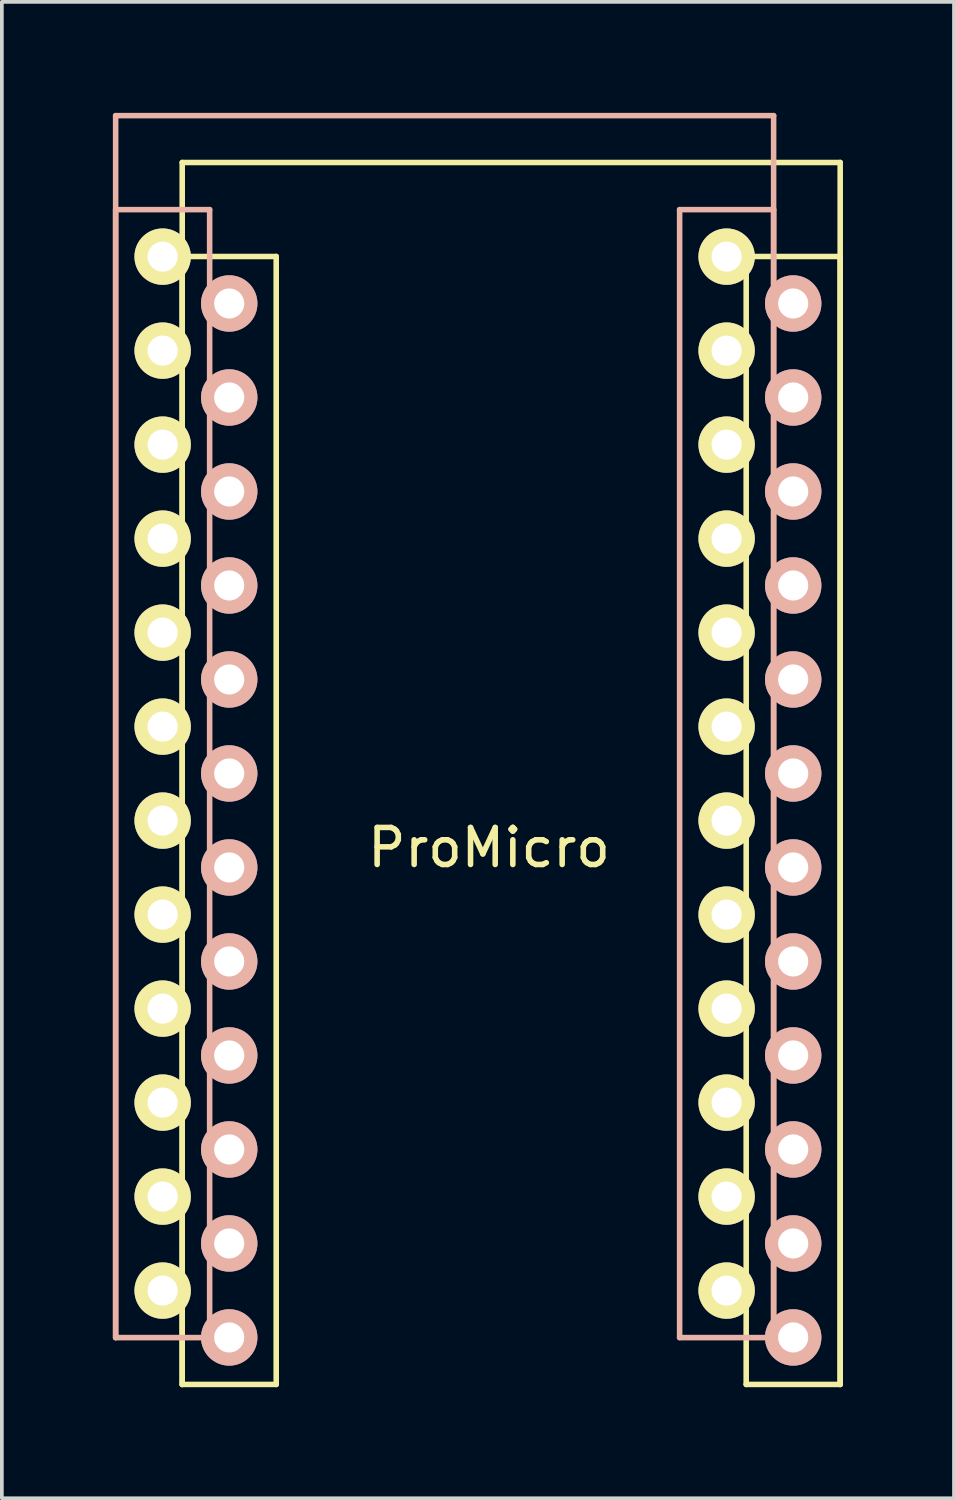
<source format=kicad_pcb>
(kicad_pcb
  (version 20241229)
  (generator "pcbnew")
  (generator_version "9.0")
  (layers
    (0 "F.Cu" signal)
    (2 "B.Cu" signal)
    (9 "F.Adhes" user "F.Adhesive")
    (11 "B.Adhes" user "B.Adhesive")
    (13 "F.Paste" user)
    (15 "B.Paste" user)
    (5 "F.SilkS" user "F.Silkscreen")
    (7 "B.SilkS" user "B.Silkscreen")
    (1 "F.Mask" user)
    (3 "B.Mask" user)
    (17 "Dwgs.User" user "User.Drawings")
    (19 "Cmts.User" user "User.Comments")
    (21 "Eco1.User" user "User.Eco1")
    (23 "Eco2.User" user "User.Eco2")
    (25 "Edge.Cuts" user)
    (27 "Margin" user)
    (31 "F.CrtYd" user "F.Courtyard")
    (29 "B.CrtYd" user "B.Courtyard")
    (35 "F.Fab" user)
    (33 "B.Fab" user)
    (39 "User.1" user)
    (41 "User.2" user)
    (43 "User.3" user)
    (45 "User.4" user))
  (footprint "ProMicro"
    (layer "F.Cu")
    (at 10.165 18.655)
    (property "Reference" "ProMicro" (at 0 1.2 0) (layer "F.SilkS") (effects (font (size 1 1) (thickness 0.15))))
    (attr through_hole)
    (fp_line (start -8.291 -17.314) (end -8.291 15.706) (stroke (width 0.15) (type solid)) (layer "F.SilkS"))
    (fp_line (start -8.291 -14.774) (end -8.291 15.706) (stroke (width 0.15) (type solid)) (layer "F.SilkS"))
    (fp_line (start -8.291 15.706) (end -5.751 15.706) (stroke (width 0.15) (type solid)) (layer "F.SilkS"))
    (fp_line (start -5.751 -14.774) (end -8.291 -14.774) (stroke (width 0.15) (type solid)) (layer "F.SilkS"))
    (fp_line (start -5.751 15.706) (end -5.751 -14.774) (stroke (width 0.15) (type solid)) (layer "F.SilkS"))
    (fp_line (start 6.949 -14.774) (end 6.949 15.706) (stroke (width 0.15) (type solid)) (layer "F.SilkS"))
    (fp_line (start 6.949 15.706) (end 9.489 15.706) (stroke (width 0.15) (type solid)) (layer "F.SilkS"))
    (fp_line (start 9.489 -17.314) (end -8.291 -17.314) (stroke (width 0.15) (type solid)) (layer "F.SilkS"))
    (fp_line (start 9.489 -14.774) (end 6.949 -14.774) (stroke (width 0.15) (type solid)) (layer "F.SilkS"))
    (fp_line (start 9.489 15.706) (end 9.489 -17.314) (stroke (width 0.15) (type solid)) (layer "F.SilkS"))
    (fp_line (start 9.489 15.706) (end 9.489 -14.774) (stroke (width 0.15) (type solid)) (layer "F.SilkS"))
    (fp_line (start -10.09 -18.58) (end 7.69 -18.58) (stroke (width 0.15) (type solid)) (layer "B.SilkS"))
    (fp_line (start -10.09 -16.04) (end -7.55 -16.04) (stroke (width 0.15) (type solid)) (layer "B.SilkS"))
    (fp_line (start -10.09 14.44) (end -10.09 -18.58) (stroke (width 0.15) (type solid)) (layer "B.SilkS"))
    (fp_line (start -10.09 14.44) (end -10.09 -16.04) (stroke (width 0.15) (type solid)) (layer "B.SilkS"))
    (fp_line (start -7.55 -16.04) (end -7.55 14.44) (stroke (width 0.15) (type solid)) (layer "B.SilkS"))
    (fp_line (start -7.55 14.44) (end -10.09 14.44) (stroke (width 0.15) (type solid)) (layer "B.SilkS"))
    (fp_line (start 5.15 -16.04) (end 7.69 -16.04) (stroke (width 0.15) (type solid)) (layer "B.SilkS"))
    (fp_line (start 5.15 14.44) (end 5.15 -16.04) (stroke (width 0.15) (type solid)) (layer "B.SilkS"))
    (fp_line (start 7.69 -18.58) (end 7.69 14.44) (stroke (width 0.15) (type solid)) (layer "B.SilkS"))
    (fp_line (start 7.69 -16.04) (end 7.69 14.44) (stroke (width 0.15) (type solid)) (layer "B.SilkS"))
    (fp_line (start 7.69 14.44) (end 5.15 14.44) (stroke (width 0.15) (type solid)) (layer "B.SilkS"))
    (pad "1" thru_hole circle (at -8.82 -14.77) (size 1.524 1.524) (drill 0.813) (layers "*.Cu" "*.Mask" "F.SilkS"))
    (pad "1" thru_hole circle (at 8.219 -13.504 180) (size 1.524 1.524) (drill 0.813) (layers "*.Cu" "*.Mask" "B.SilkS"))
    (pad "2" thru_hole circle (at -8.82 -12.23) (size 1.524 1.524) (drill 0.813) (layers "*.Cu" "*.Mask" "F.SilkS"))
    (pad "2" thru_hole circle (at 8.219 -10.964 180) (size 1.524 1.524) (drill 0.813) (layers "*.Cu" "*.Mask" "B.SilkS"))
    (pad "3" thru_hole circle (at -8.82 -9.69) (size 1.524 1.524) (drill 0.813) (layers "*.Cu" "*.Mask" "F.SilkS"))
    (pad "3" thru_hole circle (at 8.219 -8.424 180) (size 1.524 1.524) (drill 0.813) (layers "*.Cu" "*.Mask" "B.SilkS"))
    (pad "4" thru_hole circle (at -8.82 -7.15) (size 1.524 1.524) (drill 0.813) (layers "*.Cu" "*.Mask" "F.SilkS"))
    (pad "4" thru_hole circle (at 8.219 -5.884 180) (size 1.524 1.524) (drill 0.813) (layers "*.Cu" "*.Mask" "B.SilkS"))
    (pad "5" thru_hole circle (at -8.82 -4.61) (size 1.524 1.524) (drill 0.813) (layers "*.Cu" "*.Mask" "F.SilkS"))
    (pad "5" thru_hole circle (at 8.219 -3.344 180) (size 1.524 1.524) (drill 0.813) (layers "*.Cu" "*.Mask" "B.SilkS"))
    (pad "6" thru_hole circle (at -8.82 -2.07) (size 1.524 1.524) (drill 0.813) (layers "*.Cu" "*.Mask" "F.SilkS"))
    (pad "6" thru_hole circle (at 8.219 -0.804 180) (size 1.524 1.524) (drill 0.813) (layers "*.Cu" "*.Mask" "B.SilkS"))
    (pad "7" thru_hole circle (at -8.82 0.47) (size 1.524 1.524) (drill 0.813) (layers "*.Cu" "*.Mask" "F.SilkS"))
    (pad "7" thru_hole circle (at 8.219 1.736 180) (size 1.524 1.524) (drill 0.813) (layers "*.Cu" "*.Mask" "B.SilkS"))
    (pad "8" thru_hole circle (at -8.82 3.01) (size 1.524 1.524) (drill 0.813) (layers "*.Cu" "*.Mask" "F.SilkS"))
    (pad "8" thru_hole circle (at 8.219 4.276 180) (size 1.524 1.524) (drill 0.813) (layers "*.Cu" "*.Mask" "B.SilkS"))
    (pad "9" thru_hole circle (at -8.82 5.55) (size 1.524 1.524) (drill 0.813) (layers "*.Cu" "*.Mask" "F.SilkS"))
    (pad "9" thru_hole circle (at 8.219 6.816 180) (size 1.524 1.524) (drill 0.813) (layers "*.Cu" "*.Mask" "B.SilkS"))
    (pad "10" thru_hole circle (at -8.82 8.09) (size 1.524 1.524) (drill 0.813) (layers "*.Cu" "*.Mask" "F.SilkS"))
    (pad "10" thru_hole circle (at 8.219 9.356 180) (size 1.524 1.524) (drill 0.813) (layers "*.Cu" "*.Mask" "B.SilkS"))
    (pad "11" thru_hole circle (at -8.82 10.63) (size 1.524 1.524) (drill 0.813) (layers "*.Cu" "*.Mask" "F.SilkS"))
    (pad "11" thru_hole circle (at 8.219 11.896 180) (size 1.524 1.524) (drill 0.813) (layers "*.Cu" "*.Mask" "B.SilkS"))
    (pad "12" thru_hole circle (at -8.82 13.17) (size 1.524 1.524) (drill 0.813) (layers "*.Cu" "*.Mask" "F.SilkS"))
    (pad "12" thru_hole circle (at 8.219 14.436 180) (size 1.524 1.524) (drill 0.813) (layers "*.Cu" "*.Mask" "B.SilkS"))
    (pad "13" thru_hole circle (at -7.021 14.436 180) (size 1.524 1.524) (drill 0.813) (layers "*.Cu" "*.Mask" "B.SilkS"))
    (pad "13" thru_hole circle (at 6.42 13.17) (size 1.524 1.524) (drill 0.813) (layers "*.Cu" "*.Mask" "F.SilkS"))
    (pad "14" thru_hole circle (at -7.021 11.896 180) (size 1.524 1.524) (drill 0.813) (layers "*.Cu" "*.Mask" "B.SilkS"))
    (pad "14" thru_hole circle (at 6.42 10.63) (size 1.524 1.524) (drill 0.813) (layers "*.Cu" "*.Mask" "F.SilkS"))
    (pad "15" thru_hole circle (at -7.021 9.356 180) (size 1.524 1.524) (drill 0.813) (layers "*.Cu" "*.Mask" "B.SilkS"))
    (pad "15" thru_hole circle (at 6.42 8.09) (size 1.524 1.524) (drill 0.813) (layers "*.Cu" "*.Mask" "F.SilkS"))
    (pad "16" thru_hole circle (at -7.021 6.816 180) (size 1.524 1.524) (drill 0.813) (layers "*.Cu" "*.Mask" "B.SilkS"))
    (pad "16" thru_hole circle (at 6.42 5.55) (size 1.524 1.524) (drill 0.813) (layers "*.Cu" "*.Mask" "F.SilkS"))
    (pad "17" thru_hole circle (at -7.021 4.276 180) (size 1.524 1.524) (drill 0.813) (layers "*.Cu" "*.Mask" "B.SilkS"))
    (pad "17" thru_hole circle (at 6.42 3.01) (size 1.524 1.524) (drill 0.813) (layers "*.Cu" "*.Mask" "F.SilkS"))
    (pad "18" thru_hole circle (at -7.021 1.736 180) (size 1.524 1.524) (drill 0.813) (layers "*.Cu" "*.Mask" "B.SilkS"))
    (pad "18" thru_hole circle (at 6.42 0.47) (size 1.524 1.524) (drill 0.813) (layers "*.Cu" "*.Mask" "F.SilkS"))
    (pad "19" thru_hole circle (at -7.021 -0.804 180) (size 1.524 1.524) (drill 0.813) (layers "*.Cu" "*.Mask" "B.SilkS"))
    (pad "19" thru_hole circle (at 6.42 -2.07) (size 1.524 1.524) (drill 0.813) (layers "*.Cu" "*.Mask" "F.SilkS"))
    (pad "20" thru_hole circle (at -7.021 -3.344 180) (size 1.524 1.524) (drill 0.813) (layers "*.Cu" "*.Mask" "B.SilkS"))
    (pad "20" thru_hole circle (at 6.42 -4.61) (size 1.524 1.524) (drill 0.813) (layers "*.Cu" "*.Mask" "F.SilkS"))
    (pad "21" thru_hole circle (at -7.021 -5.884 180) (size 1.524 1.524) (drill 0.813) (layers "*.Cu" "*.Mask" "B.SilkS"))
    (pad "21" thru_hole circle (at 6.42 -7.15) (size 1.524 1.524) (drill 0.813) (layers "*.Cu" "*.Mask" "F.SilkS"))
    (pad "22" thru_hole circle (at -7.021 -8.424 180) (size 1.524 1.524) (drill 0.813) (layers "*.Cu" "*.Mask" "B.SilkS"))
    (pad "22" thru_hole circle (at 6.42 -9.69) (size 1.524 1.524) (drill 0.813) (layers "*.Cu" "*.Mask" "F.SilkS"))
    (pad "23" thru_hole circle (at -7.021 -10.964 180) (size 1.524 1.524) (drill 0.813) (layers "*.Cu" "*.Mask" "B.SilkS"))
    (pad "23" thru_hole circle (at 6.42 -12.23) (size 1.524 1.524) (drill 0.813) (layers "*.Cu" "*.Mask" "F.SilkS"))
    (pad "24" thru_hole circle (at -7.021 -13.504 180) (size 1.524 1.524) (drill 0.813) (layers "*.Cu" "*.Mask" "B.SilkS"))
    (pad "24" thru_hole circle (at 6.42 -14.77) (size 1.524 1.524) (drill 0.813) (layers "*.Cu" "*.Mask" "F.SilkS")))
  (gr_rect
    (start -3 -3)
    (end 22.729 37.436)
    (stroke (width 0.1) (type default))
    (fill no)
    (layer "Edge.Cuts")))
</source>
